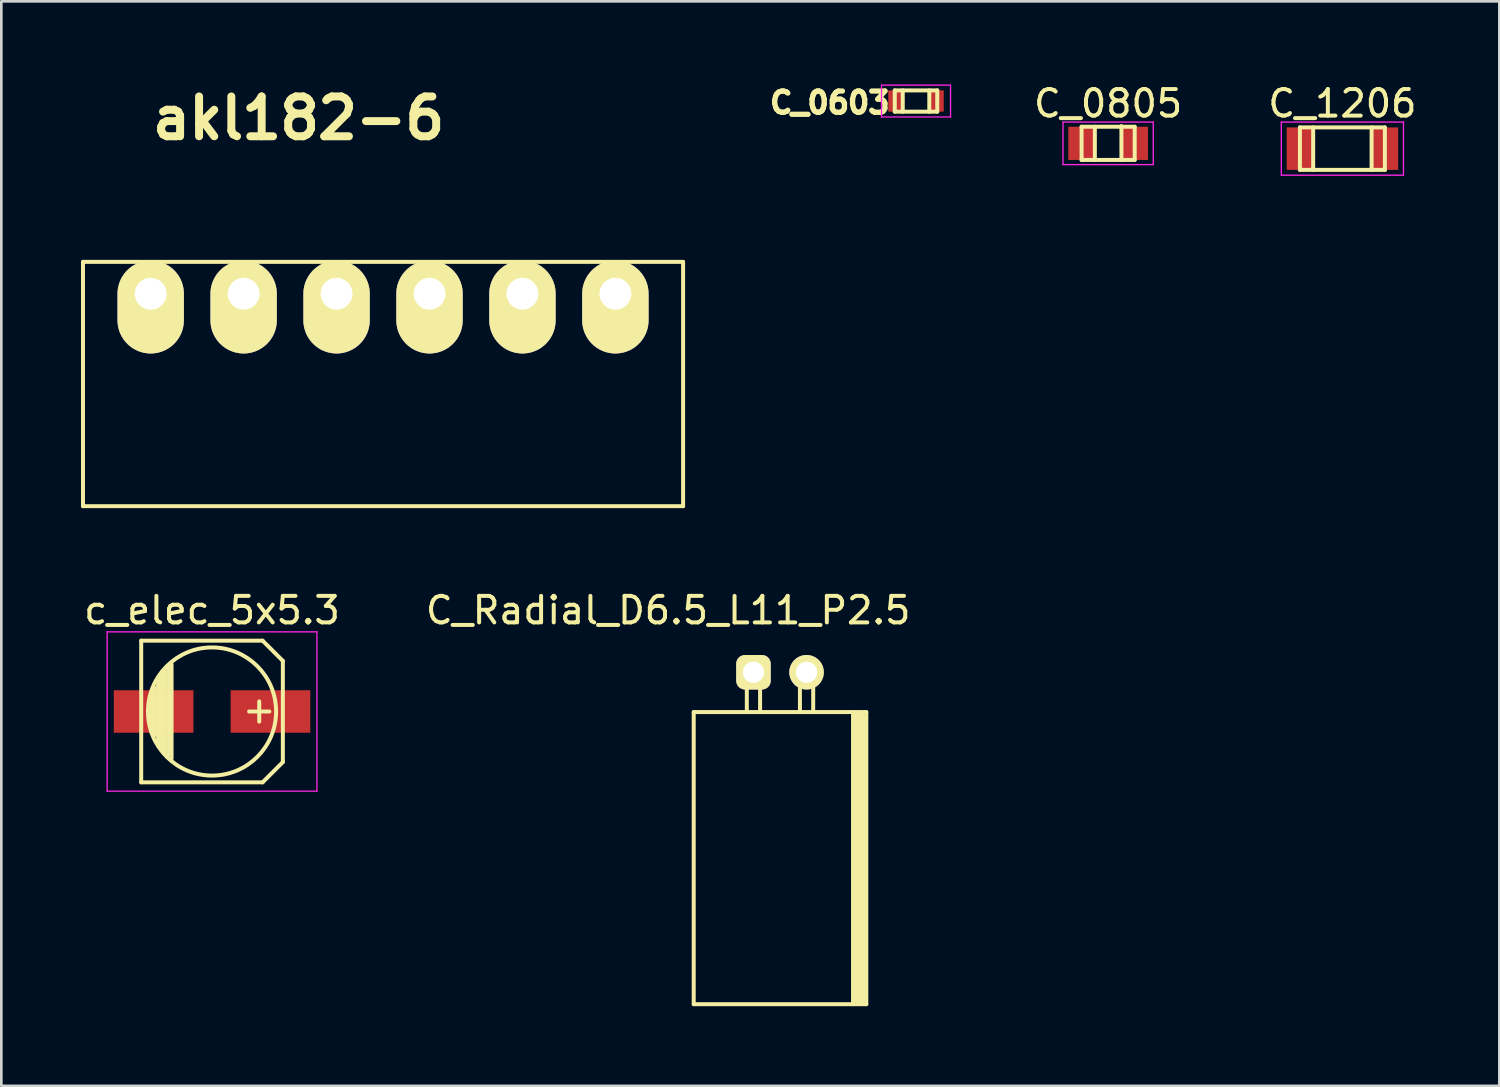
<source format=kicad_pcb>
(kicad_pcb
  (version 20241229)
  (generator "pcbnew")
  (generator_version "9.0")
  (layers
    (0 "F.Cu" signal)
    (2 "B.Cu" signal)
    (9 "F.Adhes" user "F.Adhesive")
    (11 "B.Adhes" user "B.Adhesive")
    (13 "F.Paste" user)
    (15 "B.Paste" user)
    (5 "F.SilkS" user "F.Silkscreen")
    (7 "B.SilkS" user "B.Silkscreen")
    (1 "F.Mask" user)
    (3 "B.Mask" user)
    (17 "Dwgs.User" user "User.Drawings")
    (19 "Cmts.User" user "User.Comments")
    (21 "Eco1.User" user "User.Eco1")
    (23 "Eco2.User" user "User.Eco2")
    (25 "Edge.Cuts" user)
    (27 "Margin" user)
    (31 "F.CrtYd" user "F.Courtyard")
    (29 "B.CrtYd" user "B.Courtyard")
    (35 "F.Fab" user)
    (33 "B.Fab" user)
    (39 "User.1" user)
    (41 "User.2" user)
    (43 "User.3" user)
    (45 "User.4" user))
  (footprint "akl182-6"
    (layer "F.Cu")
    (at 2.625 8.012)
    (property "Reference" "akl182-6" (at 5.572 -6.608 0) (layer "F.SilkS") (effects (font (size 1.5 1.5) (thickness 0.3))))
    (attr through_hole)
    (fp_line (start -2.55 -1.2) (end 20.05 -1.2) (stroke (width 0.15) (type solid)) (layer "F.SilkS"))
    (fp_line (start -2.55 8) (end -2.55 -1.2) (stroke (width 0.15) (type solid)) (layer "F.SilkS"))
    (fp_line (start -2.55 8) (end 20.05 8) (stroke (width 0.15) (type solid)) (layer "F.SilkS"))
    (fp_line (start 20.05 -1.2) (end 20.05 8) (stroke (width 0.15) (type solid)) (layer "F.SilkS"))
    (pad "1" thru_hole oval (at 0 0) (size 2.5 3.5) (drill 1.2 (offset 0 0.5)) (layers "*.Cu" "*.Mask" "F.SilkS"))
    (pad "2" thru_hole oval (at 3.5 0) (size 2.5 3.5) (drill 1.2 (offset 0 0.5)) (layers "*.Cu" "*.Mask" "F.SilkS"))
    (pad "3" thru_hole oval (at 7 0) (size 2.5 3.5) (drill 1.2 (offset 0 0.5)) (layers "*.Cu" "*.Mask" "F.SilkS"))
    (pad "4" thru_hole oval (at 10.5 0) (size 2.5 3.5) (drill 1.2 (offset 0 0.5)) (layers "*.Cu" "*.Mask" "F.SilkS"))
    (pad "5" thru_hole oval (at 14 0) (size 2.5 3.5) (drill 1.2 (offset 0 0.5)) (layers "*.Cu" "*.Mask" "F.SilkS"))
    (pad "6" thru_hole oval (at 17.5 0) (size 2.5 3.5) (drill 1.2 (offset 0 0.5)) (layers "*.Cu" "*.Mask" "F.SilkS")))
  (footprint "C_1206"
    (layer "F.Cu")
    (at 47.504 2.548)
    (property "Reference" "C_1206" (at 0 -1.7 0) (layer "F.SilkS") (effects (font (size 1 1) (thickness 0.15))))
    (attr smd)
    (fp_line (start -1.6 -0.8) (end -1.6 0.8) (stroke (width 0.15) (type solid)) (layer "F.SilkS"))
    (fp_line (start -1.6 0.8) (end 1.6 0.8) (stroke (width 0.15) (type solid)) (layer "F.SilkS"))
    (fp_line (start -1.1 -0.8) (end -1.1 0.8) (stroke (width 0.15) (type solid)) (layer "F.SilkS"))
    (fp_line (start 1.1 -0.8) (end 1.1 0.8) (stroke (width 0.15) (type solid)) (layer "F.SilkS"))
    (fp_line (start 1.6 -0.8) (end -1.6 -0.8) (stroke (width 0.15) (type solid)) (layer "F.SilkS"))
    (fp_line (start 1.6 0.8) (end 1.6 -0.8) (stroke (width 0.15) (type solid)) (layer "F.SilkS"))
    (fp_line (start -2.3 -1) (end -2.3 1) (stroke (width 0.05) (type solid)) (layer "F.CrtYd"))
    (fp_line (start -2.3 -1) (end 2.3 -1) (stroke (width 0.05) (type solid)) (layer "F.CrtYd"))
    (fp_line (start -2.3 1) (end 2.3 1) (stroke (width 0.05) (type solid)) (layer "F.CrtYd"))
    (fp_line (start 2.3 -1) (end 2.3 1) (stroke (width 0.05) (type solid)) (layer "F.CrtYd"))
    (pad "1" smd rect (at -1.6 0) (size 1 1.6) (layers "F.Cu" "F.Mask" "F.Paste"))
    (pad "2" smd rect (at 1.6 0) (size 1 1.6) (layers "F.Cu" "F.Mask" "F.Paste")))
  (footprint "c_elec_5x5.3"
    (layer "F.Cu")
    (at 4.935 23.745)
    (property "Reference" "c_elec_5x5.3" (at 0 -3.81 0) (layer "F.SilkS") (effects (font (size 1 1) (thickness 0.15))))
    (attr smd)
    (fp_line (start -2.667 -2.667) (end 1.905 -2.667) (stroke (width 0.15) (type solid)) (layer "F.SilkS"))
    (fp_line (start -2.667 2.667) (end -2.667 -2.667) (stroke (width 0.15) (type solid)) (layer "F.SilkS"))
    (fp_line (start -2.286 -0.635) (end -2.286 0.762) (stroke (width 0.15) (type solid)) (layer "F.SilkS"))
    (fp_line (start -2.159 -0.889) (end -2.159 0.889) (stroke (width 0.15) (type solid)) (layer "F.SilkS"))
    (fp_line (start -2.032 -1.27) (end -2.032 1.27) (stroke (width 0.15) (type solid)) (layer "F.SilkS"))
    (fp_line (start -1.905 1.397) (end -1.905 -1.397) (stroke (width 0.15) (type solid)) (layer "F.SilkS"))
    (fp_line (start -1.778 -1.524) (end -1.778 1.524) (stroke (width 0.15) (type solid)) (layer "F.SilkS"))
    (fp_line (start -1.651 1.651) (end -1.651 -1.651) (stroke (width 0.15) (type solid)) (layer "F.SilkS"))
    (fp_line (start -1.524 -1.778) (end -1.524 1.778) (stroke (width 0.15) (type solid)) (layer "F.SilkS"))
    (fp_line (start 1.778 -0.381) (end 1.778 0.381) (stroke (width 0.15) (type solid)) (layer "F.SilkS"))
    (fp_line (start 1.905 -2.667) (end 2.667 -1.905) (stroke (width 0.15) (type solid)) (layer "F.SilkS"))
    (fp_line (start 1.905 2.667) (end -2.667 2.667) (stroke (width 0.15) (type solid)) (layer "F.SilkS"))
    (fp_line (start 2.159 0) (end 1.397 0) (stroke (width 0.15) (type solid)) (layer "F.SilkS"))
    (fp_line (start 2.667 -1.905) (end 2.667 1.905) (stroke (width 0.15) (type solid)) (layer "F.SilkS"))
    (fp_line (start 2.667 1.905) (end 1.905 2.667) (stroke (width 0.15) (type solid)) (layer "F.SilkS"))
    (fp_circle (center 0 0) (end -2.413 0) (stroke (width 0.15) (type solid)) (fill no) (layer "F.SilkS"))
    (fp_line (start -3.95 -3) (end 3.95 -3) (stroke (width 0.05) (type solid)) (layer "F.CrtYd"))
    (fp_line (start -3.95 3) (end -3.95 -3) (stroke (width 0.05) (type solid)) (layer "F.CrtYd"))
    (fp_line (start 3.95 -3) (end 3.95 3) (stroke (width 0.05) (type solid)) (layer "F.CrtYd"))
    (fp_line (start 3.95 3) (end -3.95 3) (stroke (width 0.05) (type solid)) (layer "F.CrtYd"))
    (pad "1" smd rect (at 2.2 0) (size 3 1.6) (layers "F.Cu" "F.Mask" "F.Paste"))
    (pad "2" smd rect (at -2.2 0) (size 3 1.6) (layers "F.Cu" "F.Mask" "F.Paste")))
  (footprint "C_Radial_D6.5_L11_P2.5"
    (layer "F.Cu")
    (at 25.325 22.267)
    (property "Reference" "C_Radial_D6.5_L11_P2.5" (at -3.212 -2.332 0) (layer "F.SilkS") (effects (font (size 1 1) (thickness 0.15))))
    (attr through_hole)
    (fp_line (start -2.25 1.5) (end -2.25 12.5) (stroke (width 0.15) (type solid)) (layer "F.SilkS"))
    (fp_line (start -2.25 1.5) (end 4.25 1.5) (stroke (width 0.15) (type solid)) (layer "F.SilkS"))
    (fp_line (start -2.25 12.5) (end 4.25 12.5) (stroke (width 0.15) (type solid)) (layer "F.SilkS"))
    (fp_line (start -0.25 -0.25) (end 0.25 -0.25) (stroke (width 0.15) (type solid)) (layer "F.SilkS"))
    (fp_line (start -0.25 0) (end -0.25 -0.25) (stroke (width 0.15) (type solid)) (layer "F.SilkS"))
    (fp_line (start -0.25 1.5) (end -0.25 0) (stroke (width 0.15) (type solid)) (layer "F.SilkS"))
    (fp_line (start 0.25 -0.25) (end 0.25 1.5) (stroke (width 0.15) (type solid)) (layer "F.SilkS"))
    (fp_line (start 1.75 -0.25) (end 2.25 -0.25) (stroke (width 0.15) (type solid)) (layer "F.SilkS"))
    (fp_line (start 1.75 1.5) (end 1.75 -0.25) (stroke (width 0.15) (type solid)) (layer "F.SilkS"))
    (fp_line (start 2.25 -0.25) (end 2.25 1.5) (stroke (width 0.15) (type solid)) (layer "F.SilkS"))
    (fp_line (start 3.75 1.5) (end 3.75 12.5) (stroke (width 0.15) (type solid)) (layer "F.SilkS"))
    (fp_line (start 4 1.75) (end 4 12.25) (stroke (width 0.5) (type solid)) (layer "F.SilkS"))
    (fp_line (start 4.25 12.5) (end 4.25 1.5) (stroke (width 0.15) (type solid)) (layer "F.SilkS"))
    (pad "1" thru_hole roundrect (at 0 0) (size 1.3 1.3) (drill 0.8) (layers "*.Cu" "*.Mask" "F.SilkS") (roundrect_rratio 0.25))
    (pad "2" thru_hole circle (at 2 0) (size 1.3 1.3) (drill 0.8) (layers "*.Cu" "*.Mask" "F.SilkS")))
  (footprint "C_0805"
    (layer "F.Cu")
    (at 38.682 2.348)
    (property "Reference" "C_0805" (at 0 -1.5 0) (layer "F.SilkS") (effects (font (size 1 1) (thickness 0.15))))
    (attr smd)
    (fp_line (start -1 -0.625) (end -1 0.625) (stroke (width 0.15) (type solid)) (layer "F.SilkS"))
    (fp_line (start -1 0.625) (end 1 0.625) (stroke (width 0.15) (type solid)) (layer "F.SilkS"))
    (fp_line (start -0.5 -0.625) (end -0.5 0.625) (stroke (width 0.15) (type solid)) (layer "F.SilkS"))
    (fp_line (start 0.5 -0.65) (end 0.5 0.625) (stroke (width 0.15) (type solid)) (layer "F.SilkS"))
    (fp_line (start 1 -0.625) (end -1 -0.625) (stroke (width 0.15) (type solid)) (layer "F.SilkS"))
    (fp_line (start 1 0.625) (end 1 -0.625) (stroke (width 0.15) (type solid)) (layer "F.SilkS"))
    (fp_line (start -1.7 -0.8) (end -1.7 0.8) (stroke (width 0.05) (type solid)) (layer "F.CrtYd"))
    (fp_line (start -1.7 -0.8) (end 1.7 -0.8) (stroke (width 0.05) (type solid)) (layer "F.CrtYd"))
    (fp_line (start -1.7 0.8) (end 1.7 0.8) (stroke (width 0.05) (type solid)) (layer "F.CrtYd"))
    (fp_line (start 1.7 -0.8) (end 1.7 0.8) (stroke (width 0.05) (type solid)) (layer "F.CrtYd"))
    (pad "1" smd rect (at -1 0) (size 1 1.25) (layers "F.Cu" "F.Mask" "F.Paste"))
    (pad "2" smd rect (at 1 0) (size 1 1.25) (layers "F.Cu" "F.Mask" "F.Paste")))
  (footprint "C_0603"
    (layer "F.Cu")
    (at 31.447 0.755)
    (property "Reference" "C_0603" (at -3.248 0.064 0) (layer "F.SilkS") (effects (font (size 0.8 0.8) (thickness 0.2))))
    (attr smd)
    (fp_line (start -0.8 -0.4) (end -0.8 0.4) (stroke (width 0.15) (type solid)) (layer "F.SilkS"))
    (fp_line (start -0.8 0.4) (end 0.8 0.4) (stroke (width 0.15) (type solid)) (layer "F.SilkS"))
    (fp_line (start -0.5 -0.4) (end -0.5 0.4) (stroke (width 0.15) (type solid)) (layer "F.SilkS"))
    (fp_line (start 0.5 -0.4) (end 0.5 0.4) (stroke (width 0.15) (type solid)) (layer "F.SilkS"))
    (fp_line (start 0.8 -0.4) (end -0.8 -0.4) (stroke (width 0.15) (type solid)) (layer "F.SilkS"))
    (fp_line (start 0.8 0.4) (end 0.8 -0.4) (stroke (width 0.15) (type solid)) (layer "F.SilkS"))
    (fp_line (start -1.3 -0.6) (end -1.3 0.6) (stroke (width 0.05) (type solid)) (layer "F.CrtYd"))
    (fp_line (start -1.3 -0.6) (end 1.3 -0.6) (stroke (width 0.05) (type solid)) (layer "F.CrtYd"))
    (fp_line (start -1.3 0.6) (end 1.3 0.6) (stroke (width 0.05) (type solid)) (layer "F.CrtYd"))
    (fp_line (start 1.3 -0.6) (end 1.3 0.6) (stroke (width 0.05) (type solid)) (layer "F.CrtYd"))
    (pad "1" smd rect (at -0.75 0) (size 0.59 0.8) (layers "F.Cu" "F.Mask" "F.Paste"))
    (pad "2" smd rect (at 0.75 0) (size 0.59 0.8) (layers "F.Cu" "F.Mask" "F.Paste")))
  (gr_rect
    (start -3 -3)
    (end 53.414 37.842)
    (stroke (width 0.1) (type default))
    (fill no)
    (layer "Edge.Cuts")))
</source>
